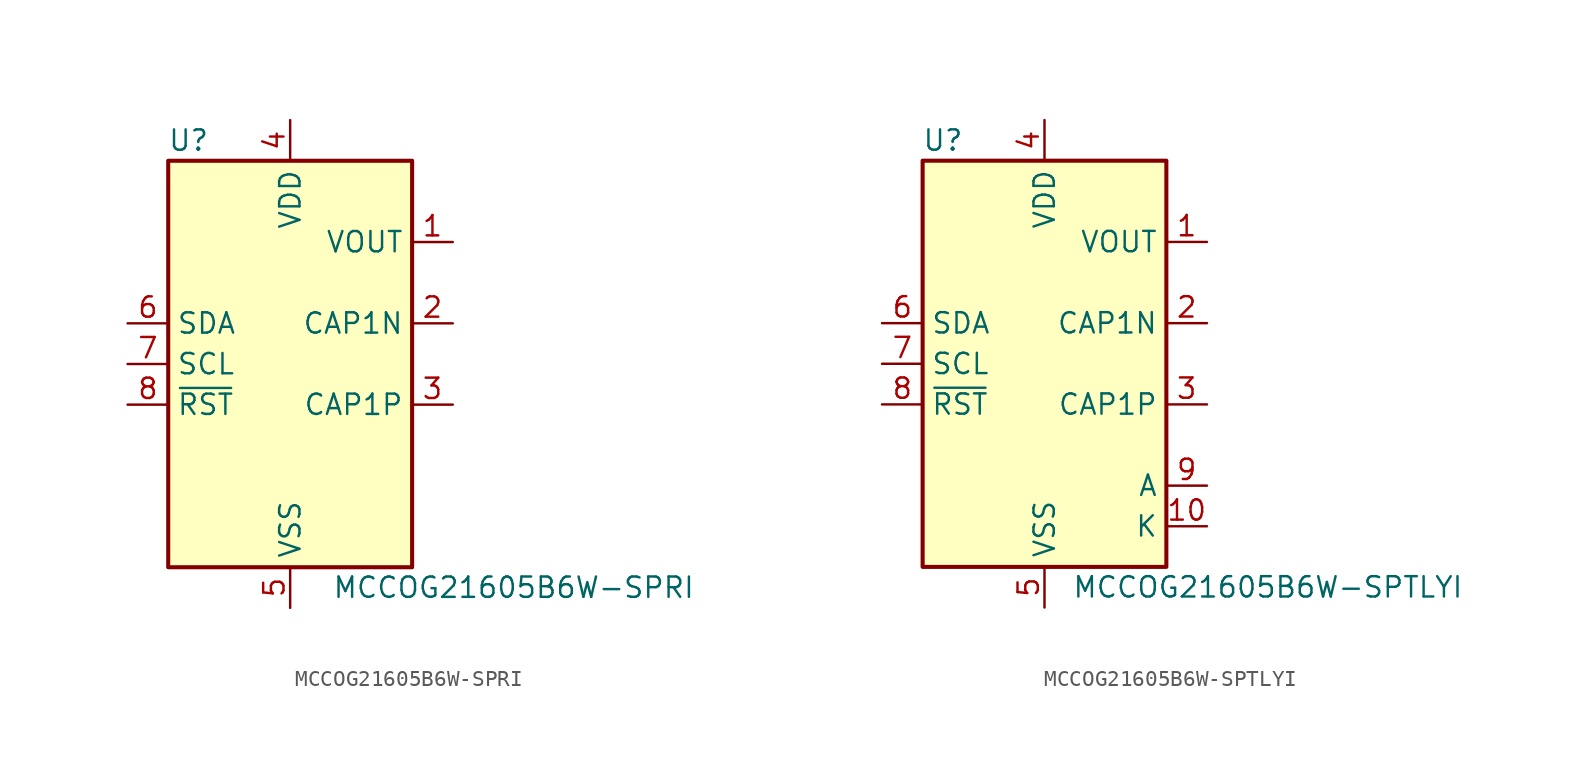
<source format=kicad_sym>
(kicad_symbol_lib
  (version 20211014)
  (generator kicad_symbol_editor)
  (symbol "MCCOG21605B6W-SPRI"
    (property "Reference" "U"
      (at -6.35 13.97 0)
      (effects (font (size 1.27 1.27))))
    (property "Value" "MCCOG21605B6W-SPRI"
      (at 13.97 -13.97 0)
      (effects (font (size 1.27 1.27))))
    (symbol "MCCOG21605B6W-SPRI_0_1"
      (rectangle (start -7.62 12.7) (end 7.62 -12.7) (stroke (width 0.254) (type default) (color 0 0 0 0)) (fill (type background))))
    (symbol "MCCOG21605B6W-SPRI_1_1"
      (pin output line (at 10.16 7.62 180) (length 2.54) (name "VOUT" (effects (font (size 1.27 1.27)))) (number "1" (effects (font (size 1.27 1.27)))))
      (pin passive line (at 10.16 2.54 180) (length 2.54) (name "CAP1N" (effects (font (size 1.27 1.27)))) (number "2" (effects (font (size 1.27 1.27)))))
      (pin passive line (at 10.16 -2.54 180) (length 2.54) (name "CAP1P" (effects (font (size 1.27 1.27)))) (number "3" (effects (font (size 1.27 1.27)))))
      (pin power_in line (at 0 15.24 270) (length 2.54) (name "VDD" (effects (font (size 1.27 1.27)))) (number "4" (effects (font (size 1.27 1.27)))))
      (pin power_in line (at 0 -15.24 90) (length 2.54) (name "VSS" (effects (font (size 1.27 1.27)))) (number "5" (effects (font (size 1.27 1.27)))))
      (pin bidirectional line (at -10.16 2.54 0) (length 2.54) (name "SDA" (effects (font (size 1.27 1.27)))) (number "6" (effects (font (size 1.27 1.27)))))
      (pin input line (at -10.16 0 0) (length 2.54) (name "SCL" (effects (font (size 1.27 1.27)))) (number "7" (effects (font (size 1.27 1.27)))))
      (pin input line (at -10.16 -2.54 0) (length 2.54) (name "~{RST}" (effects (font (size 1.27 1.27)))) (number "8" (effects (font (size 1.27 1.27)))))))
  (symbol "MCCOG21605B6W-SPTLYI"
    (property "Reference" "U"
      (at -6.35 13.97 0)
      (effects (font (size 1.27 1.27))))
    (property "Value" "MCCOG21605B6W-SPTLYI"
      (at 13.97 -13.97 0)
      (effects (font (size 1.27 1.27))))
    (symbol "MCCOG21605B6W-SPTLYI_0_1"
      (rectangle (start -7.62 12.7) (end 7.62 -12.7) (stroke (width 0.254) (type default) (color 0 0 0 0)) (fill (type background))))
    (symbol "MCCOG21605B6W-SPTLYI_1_1"
      (pin output line (at 10.16 7.62 180) (length 2.54) (name "VOUT" (effects (font (size 1.27 1.27)))) (number "1" (effects (font (size 1.27 1.27)))))
      (pin passive line (at 10.16 -10.16 180) (length 2.54) (name "K" (effects (font (size 1.27 1.27)))) (number "10" (effects (font (size 1.27 1.27)))))
      (pin passive line (at 10.16 2.54 180) (length 2.54) (name "CAP1N" (effects (font (size 1.27 1.27)))) (number "2" (effects (font (size 1.27 1.27)))))
      (pin passive line (at 10.16 -2.54 180) (length 2.54) (name "CAP1P" (effects (font (size 1.27 1.27)))) (number "3" (effects (font (size 1.27 1.27)))))
      (pin power_in line (at 0 15.24 270) (length 2.54) (name "VDD" (effects (font (size 1.27 1.27)))) (number "4" (effects (font (size 1.27 1.27)))))
      (pin power_in line (at 0 -15.24 90) (length 2.54) (name "VSS" (effects (font (size 1.27 1.27)))) (number "5" (effects (font (size 1.27 1.27)))))
      (pin bidirectional line (at -10.16 2.54 0) (length 2.54) (name "SDA" (effects (font (size 1.27 1.27)))) (number "6" (effects (font (size 1.27 1.27)))))
      (pin input line (at -10.16 0 0) (length 2.54) (name "SCL" (effects (font (size 1.27 1.27)))) (number "7" (effects (font (size 1.27 1.27)))))
      (pin input line (at -10.16 -2.54 0) (length 2.54) (name "~{RST}" (effects (font (size 1.27 1.27)))) (number "8" (effects (font (size 1.27 1.27)))))
      (pin passive line (at 10.16 -7.62 180) (length 2.54) (name "A" (effects (font (size 1.27 1.27)))) (number "9" (effects (font (size 1.27 1.27))))))))
</source>
